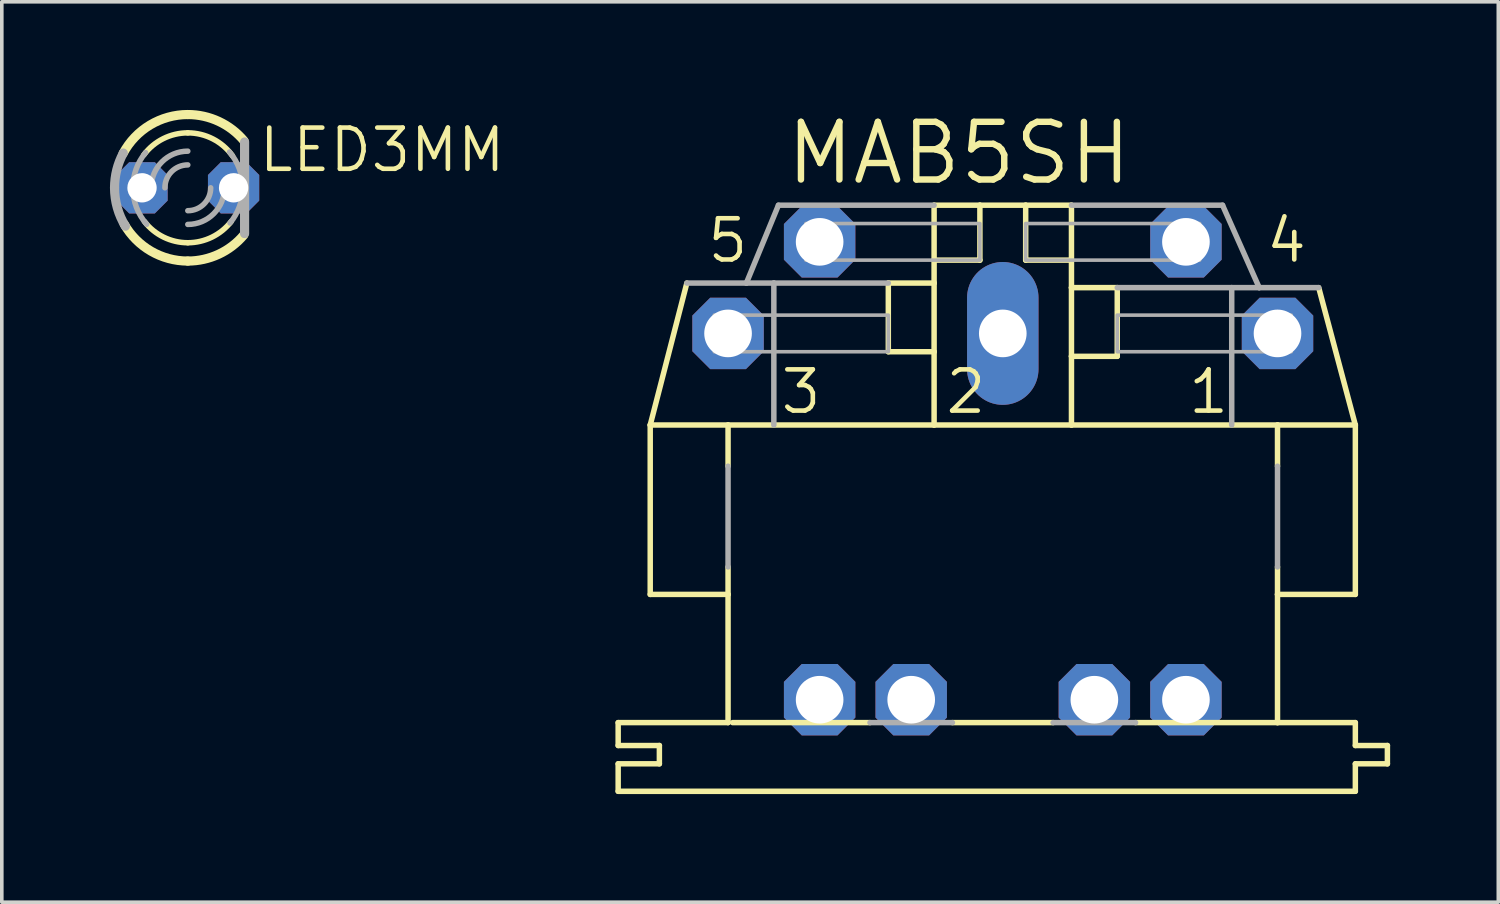
<source format=kicad_pcb>
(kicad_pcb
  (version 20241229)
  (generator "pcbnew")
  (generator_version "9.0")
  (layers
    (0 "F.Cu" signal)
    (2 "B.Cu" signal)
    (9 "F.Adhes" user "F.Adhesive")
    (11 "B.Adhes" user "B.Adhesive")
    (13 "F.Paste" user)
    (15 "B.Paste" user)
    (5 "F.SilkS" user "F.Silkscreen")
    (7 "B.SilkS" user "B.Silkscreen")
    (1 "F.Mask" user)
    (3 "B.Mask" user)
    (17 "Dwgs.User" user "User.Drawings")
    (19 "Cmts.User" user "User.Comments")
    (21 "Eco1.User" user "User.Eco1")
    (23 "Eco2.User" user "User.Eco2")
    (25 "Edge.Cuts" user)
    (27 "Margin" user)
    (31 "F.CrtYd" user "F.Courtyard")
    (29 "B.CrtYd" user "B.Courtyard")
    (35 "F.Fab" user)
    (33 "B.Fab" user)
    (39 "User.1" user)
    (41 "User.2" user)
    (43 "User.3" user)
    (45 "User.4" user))
  (footprint "LED3MM"
    (layer "F.Cu")
    (at 2.159 2.159)
    (property "Reference" "LED3MM" (at 1.905 -0.381 0) (layer "F.SilkS") (effects (font (size 1.143 1.143) (thickness 0.127)) (justify left bottom)))
    (fp_arc (start -1.7929 -0.9562) (mid -1.045438 -1.7424) (end 0 -2.032) (stroke (width 0.254) (type solid)) (layer "F.SilkS"))
    (fp_arc (start -1.2192 -0.9144) (mid -0.681554 -1.363107) (end 0 -1.524) (stroke (width 0.1524) (type solid)) (layer "F.SilkS"))
    (fp_arc (start 0 -2.032) (mid 0.861864 -1.840173) (end 1.561 -1.3009) (stroke (width 0.254) (type solid)) (layer "F.SilkS"))
    (fp_arc (start 0 -1.524) (mid 0.697339 -1.355082) (end 1.2401 -0.885801) (stroke (width 0.1524) (type solid)) (layer "F.SilkS"))
    (fp_arc (start 0 1.524) (mid -0.669593 1.369018) (end -1.203 0.9356) (stroke (width 0.1524) (type solid)) (layer "F.SilkS"))
    (fp_arc (start 0 2.032) (mid -1.019924 1.757525) (end -1.7643 1.0082) (stroke (width 0.254) (type solid)) (layer "F.SilkS"))
    (fp_arc (start 1.203 0.9356) (mid 0.669593 1.369018) (end 0 1.524) (stroke (width 0.1524) (type solid)) (layer "F.SilkS"))
    (fp_arc (start 1.5512 1.3126) (mid 0.854953 1.843405) (end 0 2.032) (stroke (width 0.254) (type solid)) (layer "F.SilkS"))
    (fp_line (start 1.575 1.27) (end 1.575 -1.27) (stroke (width 0.254) (type solid)) (layer "F.Fab"))
    (fp_arc (start -2.032 0) (mid -1.970339 -0.496775) (end -1.7891 -0.9634) (stroke (width 0.254) (type solid)) (layer "F.Fab"))
    (fp_arc (start -1.7306 1.065) (mid -1.95521 0.553417) (end -2.032 0) (stroke (width 0.254) (type solid)) (layer "F.Fab"))
    (fp_arc (start -1.524 0) (mid -1.432981 -0.518783) (end -1.1708 -0.9756) (stroke (width 0.1524) (type solid)) (layer "F.Fab"))
    (fp_arc (start -1.1391 1.0125) (mid -1.42454 0.5416) (end -1.524 0) (stroke (width 0.1524) (type solid)) (layer "F.Fab"))
    (fp_arc (start -1.016 0) (mid -0.71842 -0.71842) (end 0 -1.016) (stroke (width 0.1524) (type solid)) (layer "F.Fab"))
    (fp_arc (start -0.635 0) (mid -0.449013 -0.449013) (end 0 -0.635) (stroke (width 0.1524) (type solid)) (layer "F.Fab"))
    (fp_arc (start 0.635 0) (mid 0.449013 0.449013) (end 0 0.635) (stroke (width 0.1524) (type solid)) (layer "F.Fab"))
    (fp_arc (start 1.016 0) (mid 0.71842 0.71842) (end 0 1.016) (stroke (width 0.1524) (type solid)) (layer "F.Fab"))
    (fp_arc (start 1.1571 -0.9918) (mid 1.429332 -0.528744) (end 1.524 0) (stroke (width 0.1524) (type solid)) (layer "F.Fab"))
    (fp_arc (start 1.524 0) (mid 1.432981 0.518783) (end 1.1708 0.9756) (stroke (width 0.1524) (type solid)) (layer "F.Fab"))
    (pad "A" thru_hole roundrect (at -1.27 0) (size 1.422 1.422) (drill 0.813) (layers "*.Cu" "*.Mask") (roundrect_rratio 0.25) (chamfer_ratio 0.25) (chamfer top_left top_right bottom_left bottom_right))
    (pad "K" thru_hole roundrect (at 1.27 0) (size 1.422 1.422) (drill 0.813) (layers "*.Cu" "*.Mask") (roundrect_rratio 0.25) (chamfer_ratio 0.25) (chamfer top_left top_right bottom_left bottom_right)))
  (footprint "MAB5SH"
    (layer "F.Cu")
    (at 24.764 13.818)
    (property "Reference" "MAB5SH" (at -6.096 -11.684 0) (layer "F.SilkS") (effects (font (size 1.6 1.6) (thickness 0.178)) (justify left bottom)))
    (fp_line (start -10.668 3.81) (end -10.668 3.175) (stroke (width 0.152) (type solid)) (layer "F.SilkS"))
    (fp_line (start -10.668 3.81) (end -9.525 3.81) (stroke (width 0.152) (type solid)) (layer "F.SilkS"))
    (fp_line (start -10.668 5.08) (end -10.668 4.318) (stroke (width 0.152) (type solid)) (layer "F.SilkS"))
    (fp_line (start -10.668 5.08) (end 9.779 5.08) (stroke (width 0.152) (type solid)) (layer "F.SilkS"))
    (fp_line (start -9.779 -0.381) (end -9.779 -5.08) (stroke (width 0.152) (type solid)) (layer "F.SilkS"))
    (fp_line (start -9.779 -0.381) (end -7.62 -0.381) (stroke (width 0.152) (type solid)) (layer "F.SilkS"))
    (fp_line (start -9.525 4.318) (end -10.668 4.318) (stroke (width 0.152) (type solid)) (layer "F.SilkS"))
    (fp_line (start -9.525 4.318) (end -9.525 3.81) (stroke (width 0.152) (type solid)) (layer "F.SilkS"))
    (fp_line (start -8.763 -9.017) (end -9.779 -5.08) (stroke (width 0.152) (type solid)) (layer "F.SilkS"))
    (fp_line (start -7.62 -5.08) (end -9.779 -5.08) (stroke (width 0.152) (type solid)) (layer "F.SilkS"))
    (fp_line (start -7.62 -5.08) (end -7.62 -3.937) (stroke (width 0.152) (type solid)) (layer "F.SilkS"))
    (fp_line (start -7.62 -0.381) (end -7.62 -1.143) (stroke (width 0.152) (type solid)) (layer "F.SilkS"))
    (fp_line (start -7.62 3.175) (end -10.668 3.175) (stroke (width 0.152) (type solid)) (layer "F.SilkS"))
    (fp_line (start -7.62 3.175) (end -7.62 -0.381) (stroke (width 0.152) (type solid)) (layer "F.SilkS"))
    (fp_line (start -7.493 3.175) (end -3.683 3.175) (stroke (width 0.152) (type solid)) (layer "F.SilkS"))
    (fp_line (start -3.175 -9.017) (end -3.175 -7.112) (stroke (width 0.152) (type solid)) (layer "F.SilkS"))
    (fp_line (start -1.905 -11.176) (end -1.905 -9.652) (stroke (width 0.152) (type solid)) (layer "F.SilkS"))
    (fp_line (start -1.905 -9.652) (end -1.905 -9.017) (stroke (width 0.152) (type solid)) (layer "F.SilkS"))
    (fp_line (start -1.905 -9.652) (end -0.635 -9.652) (stroke (width 0.152) (type solid)) (layer "F.SilkS"))
    (fp_line (start -1.905 -9.017) (end -3.175 -9.017) (stroke (width 0.152) (type solid)) (layer "F.SilkS"))
    (fp_line (start -1.905 -9.017) (end -1.905 -7.112) (stroke (width 0.152) (type solid)) (layer "F.SilkS"))
    (fp_line (start -1.905 -7.112) (end -3.175 -7.112) (stroke (width 0.152) (type solid)) (layer "F.SilkS"))
    (fp_line (start -1.905 -7.112) (end -1.905 -5.08) (stroke (width 0.152) (type solid)) (layer "F.SilkS"))
    (fp_line (start -1.905 -5.08) (end -7.62 -5.08) (stroke (width 0.152) (type solid)) (layer "F.SilkS"))
    (fp_line (start -1.397 3.175) (end 1.397 3.175) (stroke (width 0.152) (type solid)) (layer "F.SilkS"))
    (fp_line (start -0.635 -11.176) (end -1.905 -11.176) (stroke (width 0.152) (type solid)) (layer "F.SilkS"))
    (fp_line (start -0.635 -11.176) (end -0.635 -9.652) (stroke (width 0.152) (type solid)) (layer "F.SilkS"))
    (fp_line (start 0.635 -11.176) (end -0.635 -11.176) (stroke (width 0.152) (type solid)) (layer "F.SilkS"))
    (fp_line (start 0.635 -11.176) (end 0.635 -9.652) (stroke (width 0.152) (type solid)) (layer "F.SilkS"))
    (fp_line (start 1.905 -11.176) (end 0.635 -11.176) (stroke (width 0.152) (type solid)) (layer "F.SilkS"))
    (fp_line (start 1.905 -11.176) (end 1.905 -9.652) (stroke (width 0.152) (type solid)) (layer "F.SilkS"))
    (fp_line (start 1.905 -9.652) (end 0.635 -9.652) (stroke (width 0.152) (type solid)) (layer "F.SilkS"))
    (fp_line (start 1.905 -9.652) (end 1.905 -8.89) (stroke (width 0.152) (type solid)) (layer "F.SilkS"))
    (fp_line (start 1.905 -8.89) (end 1.905 -6.985) (stroke (width 0.152) (type solid)) (layer "F.SilkS"))
    (fp_line (start 1.905 -6.985) (end 1.905 -5.08) (stroke (width 0.152) (type solid)) (layer "F.SilkS"))
    (fp_line (start 1.905 -6.985) (end 3.175 -6.985) (stroke (width 0.152) (type solid)) (layer "F.SilkS"))
    (fp_line (start 1.905 -5.08) (end -1.905 -5.08) (stroke (width 0.152) (type solid)) (layer "F.SilkS"))
    (fp_line (start 3.175 -8.89) (end 1.905 -8.89) (stroke (width 0.152) (type solid)) (layer "F.SilkS"))
    (fp_line (start 3.175 -8.89) (end 3.175 -6.985) (stroke (width 0.152) (type solid)) (layer "F.SilkS"))
    (fp_line (start 3.683 3.175) (end 7.62 3.175) (stroke (width 0.152) (type solid)) (layer "F.SilkS"))
    (fp_line (start 7.62 -5.08) (end 1.905 -5.08) (stroke (width 0.152) (type solid)) (layer "F.SilkS"))
    (fp_line (start 7.62 -5.08) (end 7.62 -3.937) (stroke (width 0.152) (type solid)) (layer "F.SilkS"))
    (fp_line (start 7.62 -0.381) (end 7.62 -1.143) (stroke (width 0.152) (type solid)) (layer "F.SilkS"))
    (fp_line (start 7.62 3.175) (end 7.62 -0.381) (stroke (width 0.152) (type solid)) (layer "F.SilkS"))
    (fp_line (start 8.763 -8.89) (end 9.779 -5.08) (stroke (width 0.152) (type solid)) (layer "F.SilkS"))
    (fp_line (start 9.779 -5.08) (end 7.62 -5.08) (stroke (width 0.152) (type solid)) (layer "F.SilkS"))
    (fp_line (start 9.779 -0.381) (end 7.62 -0.381) (stroke (width 0.152) (type solid)) (layer "F.SilkS"))
    (fp_line (start 9.779 -0.381) (end 9.779 -5.08) (stroke (width 0.152) (type solid)) (layer "F.SilkS"))
    (fp_line (start 9.779 3.175) (end 7.62 3.175) (stroke (width 0.152) (type solid)) (layer "F.SilkS"))
    (fp_line (start 9.779 3.175) (end 9.779 3.81) (stroke (width 0.152) (type solid)) (layer "F.SilkS"))
    (fp_line (start 9.779 5.08) (end 9.779 4.318) (stroke (width 0.152) (type solid)) (layer "F.SilkS"))
    (fp_line (start 10.668 3.81) (end 9.779 3.81) (stroke (width 0.152) (type solid)) (layer "F.SilkS"))
    (fp_line (start 10.668 4.318) (end 9.779 4.318) (stroke (width 0.152) (type solid)) (layer "F.SilkS"))
    (fp_line (start 10.668 4.318) (end 10.668 3.81) (stroke (width 0.152) (type solid)) (layer "F.SilkS"))
    (fp_line (start -8.763 -9.017) (end -7.112 -9.017) (stroke (width 0.152) (type solid)) (layer "F.Fab"))
    (fp_line (start -7.62 -3.937) (end -7.62 -1.143) (stroke (width 0.152) (type solid)) (layer "F.Fab"))
    (fp_line (start -7.112 -9.017) (end -6.223 -11.176) (stroke (width 0.152) (type solid)) (layer "F.Fab"))
    (fp_line (start -6.35 -9.017) (end -7.112 -9.017) (stroke (width 0.152) (type solid)) (layer "F.Fab"))
    (fp_line (start -6.35 -9.017) (end -6.35 -5.08) (stroke (width 0.152) (type solid)) (layer "F.Fab"))
    (fp_line (start -3.175 -9.017) (end -6.35 -9.017) (stroke (width 0.152) (type solid)) (layer "F.Fab"))
    (fp_line (start -1.905 -11.176) (end -6.223 -11.176) (stroke (width 0.152) (type solid)) (layer "F.Fab"))
    (fp_line (start -1.397 3.175) (end -3.683 3.175) (stroke (width 0.152) (type solid)) (layer "F.Fab"))
    (fp_line (start 3.683 3.175) (end 1.397 3.175) (stroke (width 0.152) (type solid)) (layer "F.Fab"))
    (fp_line (start 6.096 -11.176) (end 1.905 -11.176) (stroke (width 0.152) (type solid)) (layer "F.Fab"))
    (fp_line (start 6.096 -11.176) (end 7.112 -8.89) (stroke (width 0.152) (type solid)) (layer "F.Fab"))
    (fp_line (start 6.35 -8.89) (end 3.175 -8.89) (stroke (width 0.152) (type solid)) (layer "F.Fab"))
    (fp_line (start 6.35 -8.89) (end 6.35 -5.08) (stroke (width 0.152) (type solid)) (layer "F.Fab"))
    (fp_line (start 7.112 -8.89) (end 6.35 -8.89) (stroke (width 0.152) (type solid)) (layer "F.Fab"))
    (fp_line (start 7.62 -3.937) (end 7.62 -1.143) (stroke (width 0.152) (type solid)) (layer "F.Fab"))
    (fp_line (start 8.763 -8.89) (end 7.112 -8.89) (stroke (width 0.152) (type solid)) (layer "F.Fab"))
    (fp_poly (pts (xy -8.001 -7.112) (xy -3.175 -7.112) (xy -3.175 -8.128) (xy -8.001 -8.128)) (stroke (width 0.1) (type solid)) (fill no) (layer "F.Fab"))
    (fp_poly (pts (xy -5.461 -9.652) (xy -0.635 -9.652) (xy -0.635 -10.668) (xy -5.461 -10.668)) (stroke (width 0.1) (type solid)) (fill no) (layer "F.Fab"))
    (fp_poly (pts (xy 0.635 -9.652) (xy 5.461 -9.652) (xy 5.461 -10.668) (xy 0.635 -10.668)) (stroke (width 0.1) (type solid)) (fill no) (layer "F.Fab"))
    (fp_poly (pts (xy 3.175 -7.112) (xy 8.001 -7.112) (xy 8.001 -8.128) (xy 3.175 -8.128)) (stroke (width 0.1) (type solid)) (fill no) (layer "F.Fab"))
    (fp_text user "4" (at 7.239 -9.525 0) (layer "F.SilkS") (effects (font (size 1.143 1.143) (thickness 0.127)) (justify left bottom)))
    (fp_text user "2" (at -1.651 -5.334 0) (layer "F.SilkS") (effects (font (size 1.143 1.143) (thickness 0.127)) (justify left bottom)))
    (fp_text user "5" (at -8.255 -9.525 0) (layer "F.SilkS") (effects (font (size 1.143 1.143) (thickness 0.127)) (justify left bottom)))
    (fp_text user "3" (at -6.223 -5.334 0) (layer "F.SilkS") (effects (font (size 1.143 1.143) (thickness 0.127)) (justify left bottom)))
    (fp_text user "1" (at 5.08 -5.334 0) (layer "F.SilkS") (effects (font (size 1.143 1.143) (thickness 0.127)) (justify left bottom)))
    (pad "1" thru_hole roundrect (at 7.62 -7.62) (size 1.981 1.981) (drill 1.321) (layers "*.Cu" "*.Mask") (roundrect_rratio 0.25) (chamfer_ratio 0.25) (chamfer top_left top_right bottom_left bottom_right))
    (pad "2" thru_hole oval (at 0 -7.62 90) (size 3.962 1.981) (drill 1.321) (layers "*.Cu" "*.Mask"))
    (pad "3" thru_hole roundrect (at -7.62 -7.62) (size 1.981 1.981) (drill 1.321) (layers "*.Cu" "*.Mask") (roundrect_rratio 0.25) (chamfer_ratio 0.25) (chamfer top_left top_right bottom_left bottom_right))
    (pad "4" thru_hole roundrect (at 5.08 -10.16) (size 1.981 1.981) (drill 1.321) (layers "*.Cu" "*.Mask") (roundrect_rratio 0.25) (chamfer_ratio 0.25) (chamfer top_left top_right bottom_left bottom_right))
    (pad "5" thru_hole roundrect (at -5.08 -10.16) (size 1.981 1.981) (drill 1.321) (layers "*.Cu" "*.Mask") (roundrect_rratio 0.25) (chamfer_ratio 0.25) (chamfer top_left top_right bottom_left bottom_right))
    (pad "P$1" thru_hole roundrect (at -5.08 2.54) (size 1.981 1.981) (drill 1.321) (layers "*.Cu" "*.Mask") (roundrect_rratio 0.25) (chamfer_ratio 0.25) (chamfer top_left top_right bottom_left bottom_right))
    (pad "P$2" thru_hole roundrect (at -2.54 2.54) (size 1.981 1.981) (drill 1.321) (layers "*.Cu" "*.Mask") (roundrect_rratio 0.25) (chamfer_ratio 0.25) (chamfer top_left top_right bottom_left bottom_right))
    (pad "P$3" thru_hole roundrect (at 2.54 2.54) (size 1.981 1.981) (drill 1.321) (layers "*.Cu" "*.Mask") (roundrect_rratio 0.25) (chamfer_ratio 0.25) (chamfer top_left top_right bottom_left bottom_right))
    (pad "P$4" thru_hole roundrect (at 5.08 2.54) (size 1.981 1.981) (drill 1.321) (layers "*.Cu" "*.Mask") (roundrect_rratio 0.25) (chamfer_ratio 0.25) (chamfer top_left top_right bottom_left bottom_right)))
  (gr_rect
    (start -3 -3)
    (end 38.508 21.974)
    (stroke (width 0.1) (type default))
    (fill no)
    (layer "Edge.Cuts")))
</source>
